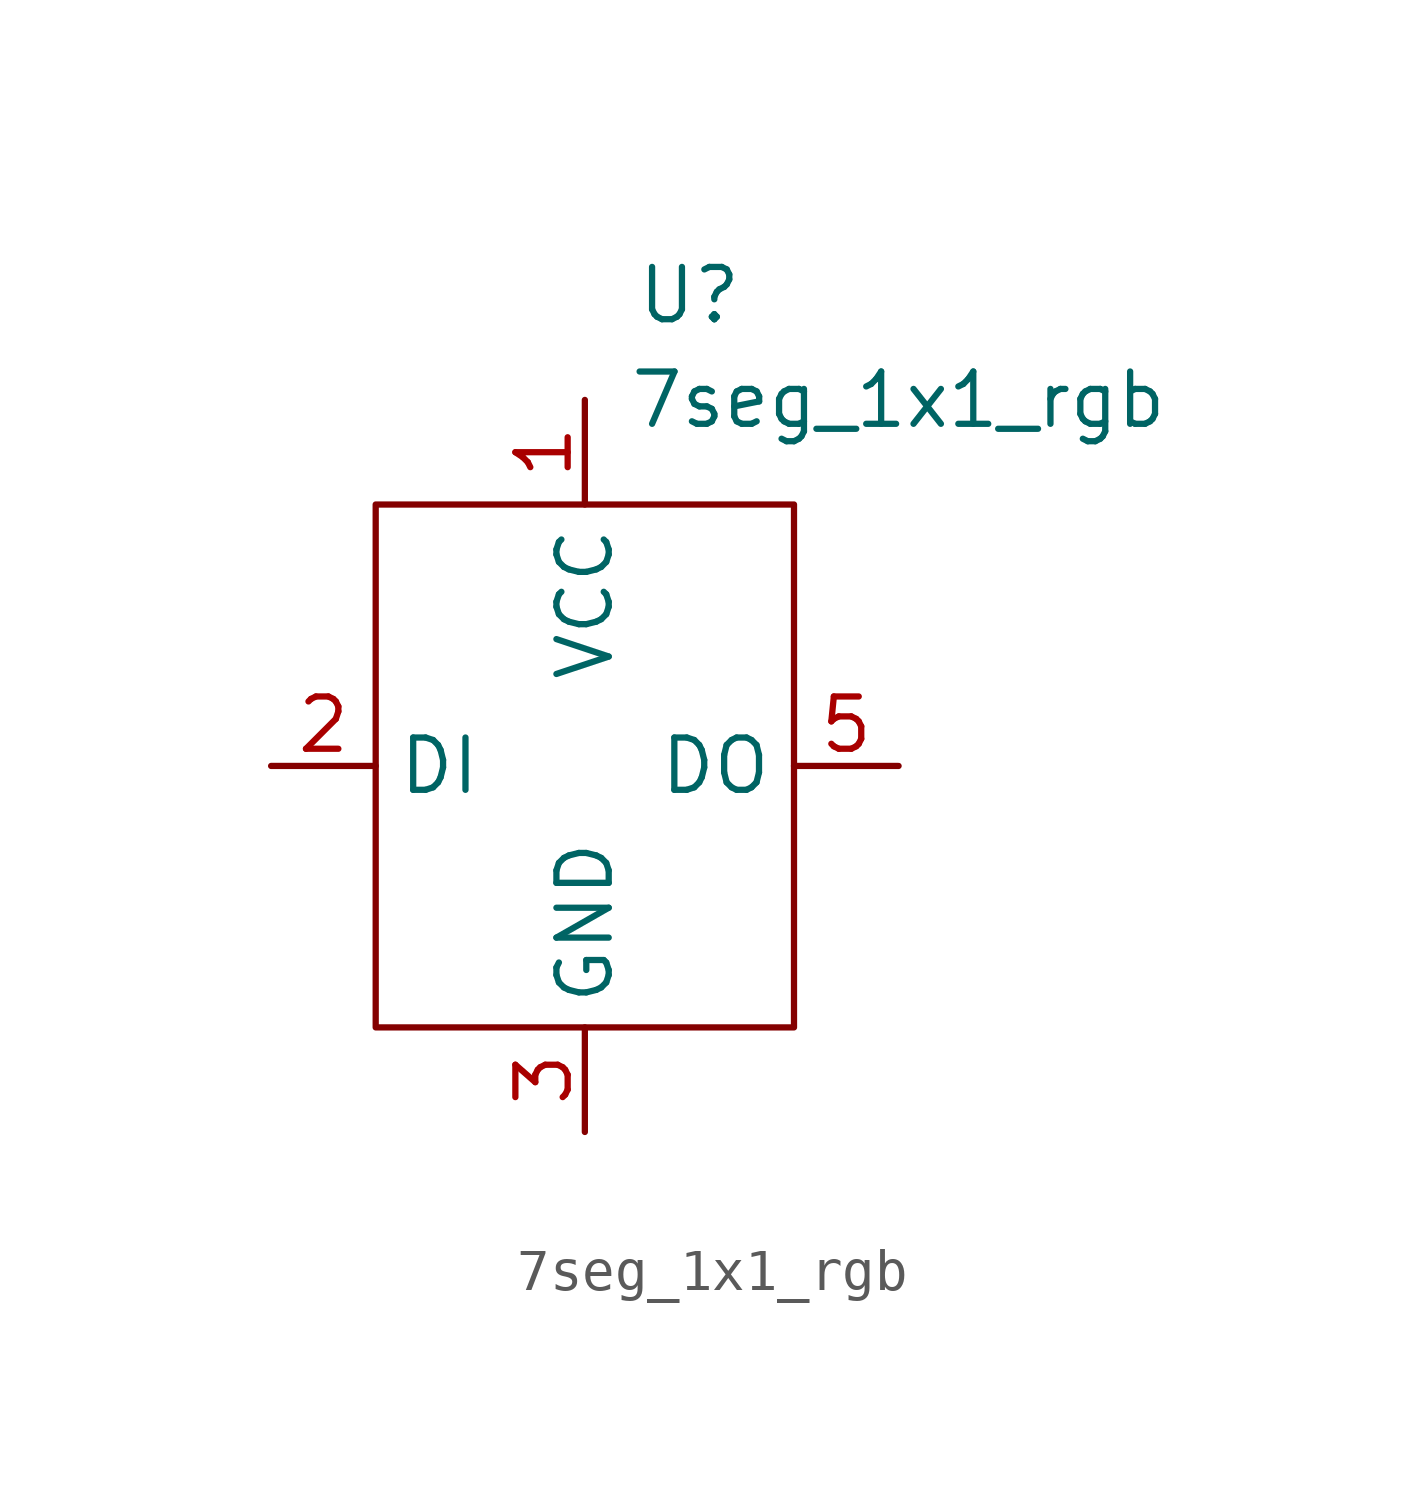
<source format=kicad_sym>
(kicad_symbol_lib
  (version 20231120)
  (generator "kicad_symbol_editor")
  (generator_version "8.0")
  (symbol "7seg_1x1_rgb"
    (property "Reference" "U"
      (at 2.54 6.35 0)
      (effects (font (size 1.27 1.27))))
    (property "Value" "7seg_1x1_rgb"
      (at 7.62 3.81 0)
      (effects (font (size 1.27 1.27))))
    (symbol "7seg_1x1_rgb_0_1"
      (rectangle (start -5.08 1.27) (end 5.08 -11.43) (stroke (width 0) (type default)) (fill (type none))))
    (symbol "7seg_1x1_rgb_1_1"
      (pin power_in line (at 0 3.81 270) (length 2.54) (name "VCC" (effects (font (size 1.27 1.27)))) (number "1" (effects (font (size 1.27 1.27)))))
      (pin input line (at -7.62 -5.08 0) (length 2.54) (name "DI" (effects (font (size 1.27 1.27)))) (number "2" (effects (font (size 1.27 1.27)))))
      (pin power_in line (at 0 -13.97 90) (length 2.54) (name "GND" (effects (font (size 1.27 1.27)))) (number "3" (effects (font (size 1.27 1.27)))))
      (pin output line (at 7.62 -5.08 180) (length 2.54) (name "DO" (effects (font (size 1.27 1.27)))) (number "5" (effects (font (size 1.27 1.27))))))))
</source>
